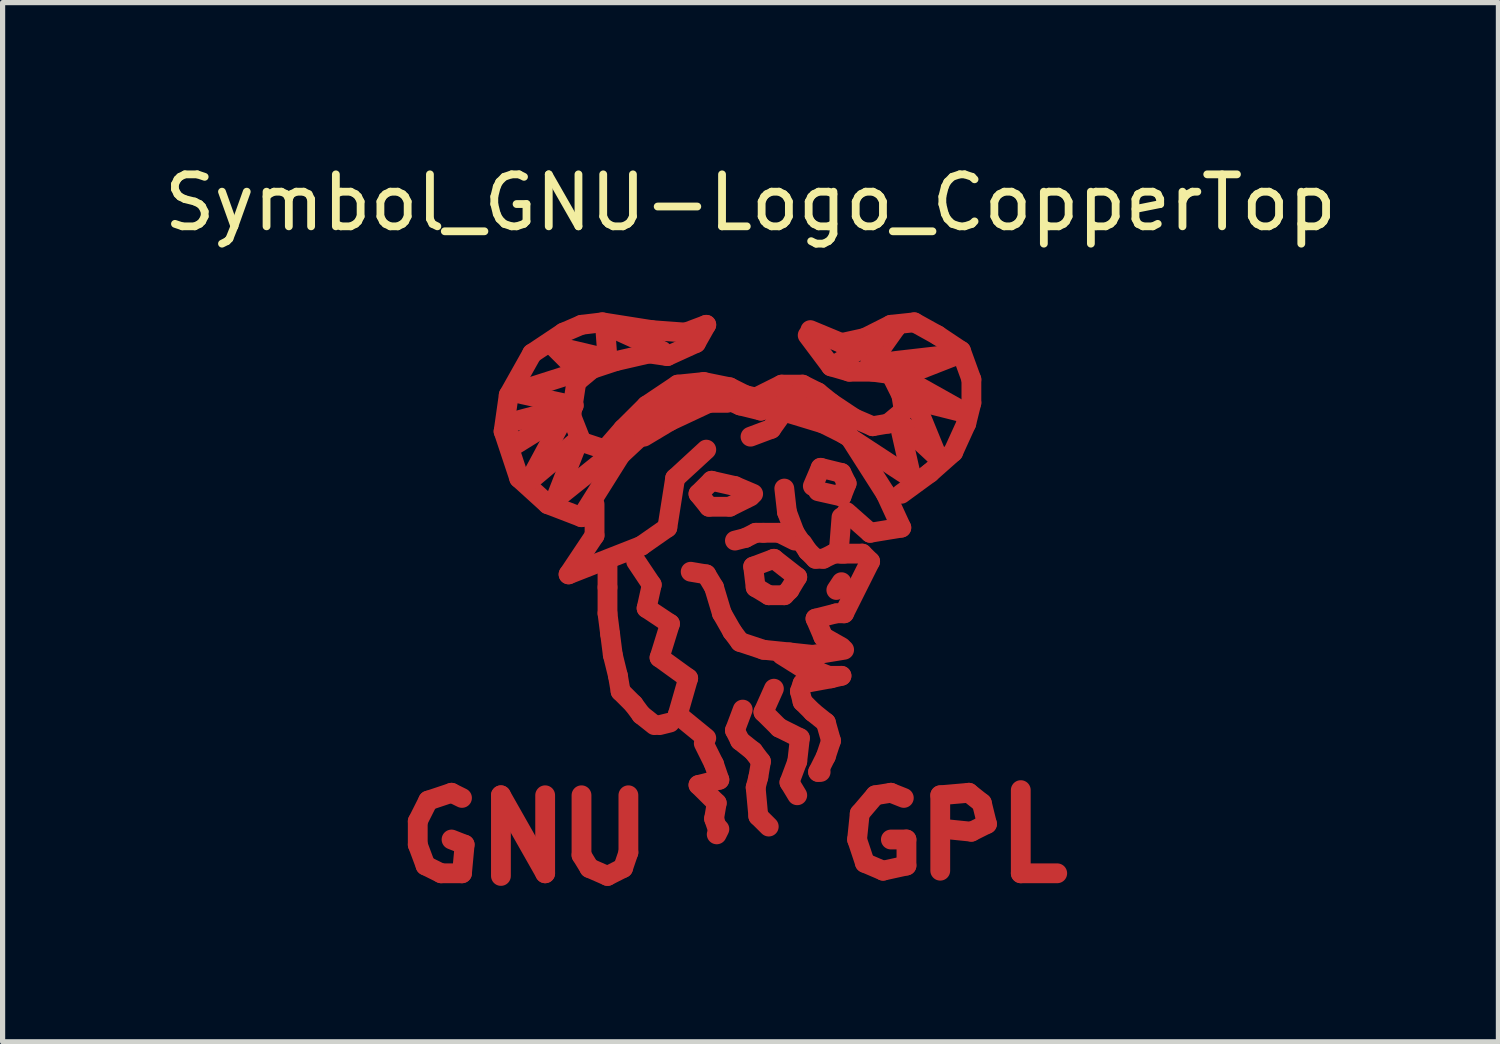
<source format=kicad_pcb>
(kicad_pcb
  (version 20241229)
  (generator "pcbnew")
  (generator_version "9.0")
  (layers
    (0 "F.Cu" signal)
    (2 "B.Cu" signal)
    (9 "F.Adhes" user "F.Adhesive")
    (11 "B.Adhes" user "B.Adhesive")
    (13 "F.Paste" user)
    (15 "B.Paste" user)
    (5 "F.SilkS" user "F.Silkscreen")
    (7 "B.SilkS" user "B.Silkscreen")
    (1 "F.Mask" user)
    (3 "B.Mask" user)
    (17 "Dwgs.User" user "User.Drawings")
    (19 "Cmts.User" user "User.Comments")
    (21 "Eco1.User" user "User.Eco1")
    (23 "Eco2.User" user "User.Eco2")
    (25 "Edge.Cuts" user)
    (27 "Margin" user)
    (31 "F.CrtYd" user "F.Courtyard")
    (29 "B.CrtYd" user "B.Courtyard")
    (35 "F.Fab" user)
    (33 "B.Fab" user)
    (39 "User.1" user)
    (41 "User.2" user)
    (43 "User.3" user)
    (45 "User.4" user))
  (footprint "Symbol_GNU-Logo_CopperTop"
    (layer "F.Cu")
    (at 11.387 6.899)
    (property "Reference" "Symbol_GNU-Logo_CopperTop" (at 0 -6.05 0) (layer "F.SilkS") (effects (font (size 1 1) (thickness 0.15))))
    (attr through_hole)
    (fp_line (start -6.401 5.85) (end -6.401 6.299) (stroke (width 0.381) (type solid)) (layer "F.Cu"))
    (fp_line (start -6.401 6.299) (end -6.251 6.701) (stroke (width 0.381) (type solid)) (layer "F.Cu"))
    (fp_line (start -6.251 6.701) (end -5.951 6.85) (stroke (width 0.381) (type solid)) (layer "F.Cu"))
    (fp_line (start -6.2 5.451) (end -6.401 5.85) (stroke (width 0.381) (type solid)) (layer "F.Cu"))
    (fp_line (start -5.951 6.85) (end -5.55 6.85) (stroke (width 0.381) (type solid)) (layer "F.Cu"))
    (fp_line (start -5.751 5.301) (end -6.2 5.451) (stroke (width 0.381) (type solid)) (layer "F.Cu"))
    (fp_line (start -5.55 5.4) (end -5.751 5.301) (stroke (width 0.381) (type solid)) (layer "F.Cu"))
    (fp_line (start -5.55 6.85) (end -5.499 6.299) (stroke (width 0.381) (type solid)) (layer "F.Cu"))
    (fp_line (start -5.499 6.299) (end -5.751 6.2) (stroke (width 0.381) (type solid)) (layer "F.Cu"))
    (fp_line (start -4.801 5.349) (end -3.95 6.85) (stroke (width 0.381) (type solid)) (layer "F.Cu"))
    (fp_line (start -4.801 6.901) (end -4.801 5.349) (stroke (width 0.381) (type solid)) (layer "F.Cu"))
    (fp_line (start -4.75 -1.651) (end -4.45 -0.749) (stroke (width 0.381) (type solid)) (layer "F.Cu"))
    (fp_line (start -4.699 -1.801) (end -3.401 -2.149) (stroke (width 0.381) (type solid)) (layer "F.Cu"))
    (fp_line (start -4.651 -2.349) (end -4.75 -1.651) (stroke (width 0.381) (type solid)) (layer "F.Cu"))
    (fp_line (start -4.6 -1.349) (end -4.699 -1.801) (stroke (width 0.381) (type solid)) (layer "F.Cu"))
    (fp_line (start -4.549 -2.4) (end -3.299 -2.799) (stroke (width 0.381) (type solid)) (layer "F.Cu"))
    (fp_line (start -4.45 -0.749) (end -3.899 -0.249) (stroke (width 0.381) (type solid)) (layer "F.Cu"))
    (fp_line (start -4.249 -0.701) (end -3.551 -1.999) (stroke (width 0.381) (type solid)) (layer "F.Cu"))
    (fp_line (start -4.201 -3.15) (end -4.651 -2.349) (stroke (width 0.381) (type solid)) (layer "F.Cu"))
    (fp_line (start -3.95 6.85) (end -3.95 5.349) (stroke (width 0.381) (type solid)) (layer "F.Cu"))
    (fp_line (start -3.899 -0.249) (end -3.251 0) (stroke (width 0.381) (type solid)) (layer "F.Cu"))
    (fp_line (start -3.8 -3.299) (end -2.751 -3.051) (stroke (width 0.381) (type solid)) (layer "F.Cu"))
    (fp_line (start -3.749 -0.351) (end -3.299 -1.501) (stroke (width 0.381) (type solid)) (layer "F.Cu"))
    (fp_line (start -3.599 -3.551) (end -4.201 -3.15) (stroke (width 0.381) (type solid)) (layer "F.Cu"))
    (fp_line (start -3.551 -1.999) (end -4.6 -1.349) (stroke (width 0.381) (type solid)) (layer "F.Cu"))
    (fp_line (start -3.5 1.1) (end -2.101 0.551) (stroke (width 0.381) (type solid)) (layer "F.Cu"))
    (fp_line (start -3.449 -1.951) (end -3.35 -2.601) (stroke (width 0.381) (type solid)) (layer "F.Cu"))
    (fp_line (start -3.401 -2.149) (end -4.549 -2.4) (stroke (width 0.381) (type solid)) (layer "F.Cu"))
    (fp_line (start -3.35 -2.601) (end -3.051 -2.85) (stroke (width 0.381) (type solid)) (layer "F.Cu"))
    (fp_line (start -3.299 -2.799) (end -3.8 -3.299) (stroke (width 0.381) (type solid)) (layer "F.Cu"))
    (fp_line (start -3.299 -1.501) (end -4.249 -0.701) (stroke (width 0.381) (type solid)) (layer "F.Cu"))
    (fp_line (start -3.251 -3.701) (end -3.599 -3.551) (stroke (width 0.381) (type solid)) (layer "F.Cu"))
    (fp_line (start -3.251 -1.45) (end -3.449 -1.951) (stroke (width 0.381) (type solid)) (layer "F.Cu"))
    (fp_line (start -3.251 0) (end -2.499 -1.199) (stroke (width 0.381) (type solid)) (layer "F.Cu"))
    (fp_line (start -3.251 5.349) (end -3.251 6.5) (stroke (width 0.381) (type solid)) (layer "F.Cu"))
    (fp_line (start -3.251 6.5) (end -3.099 6.749) (stroke (width 0.381) (type solid)) (layer "F.Cu"))
    (fp_line (start -3.099 6.749) (end -2.751 6.901) (stroke (width 0.381) (type solid)) (layer "F.Cu"))
    (fp_line (start -3.051 -2.85) (end -2.601 -3) (stroke (width 0.381) (type solid)) (layer "F.Cu"))
    (fp_line (start -3 -0.249) (end -3 0.351) (stroke (width 0.381) (type solid)) (layer "F.Cu"))
    (fp_line (start -3 0.351) (end -3.5 1.1) (stroke (width 0.381) (type solid)) (layer "F.Cu"))
    (fp_line (start -2.85 -3.749) (end -3.251 -3.701) (stroke (width 0.381) (type solid)) (layer "F.Cu"))
    (fp_line (start -2.799 -3.701) (end -1.699 -3.2) (stroke (width 0.381) (type solid)) (layer "F.Cu"))
    (fp_line (start -2.799 -1.3) (end -3.251 -1.45) (stroke (width 0.381) (type solid)) (layer "F.Cu"))
    (fp_line (start -2.751 -3.051) (end -2.799 -3.701) (stroke (width 0.381) (type solid)) (layer "F.Cu"))
    (fp_line (start -2.751 -1.151) (end -3.749 -0.351) (stroke (width 0.381) (type solid)) (layer "F.Cu"))
    (fp_line (start -2.751 1.349) (end -2.751 0.851) (stroke (width 0.381) (type solid)) (layer "F.Cu"))
    (fp_line (start -2.751 1.849) (end -2.751 1.349) (stroke (width 0.381) (type solid)) (layer "F.Cu"))
    (fp_line (start -2.751 6.901) (end -2.451 6.749) (stroke (width 0.381) (type solid)) (layer "F.Cu"))
    (fp_line (start -2.7 2.25) (end -2.751 1.849) (stroke (width 0.381) (type solid)) (layer "F.Cu"))
    (fp_line (start -2.649 2.649) (end -2.7 2.25) (stroke (width 0.381) (type solid)) (layer "F.Cu"))
    (fp_line (start -2.601 -3) (end -1.951 -3.15) (stroke (width 0.381) (type solid)) (layer "F.Cu"))
    (fp_line (start -2.55 3.051) (end -2.649 2.649) (stroke (width 0.381) (type solid)) (layer "F.Cu"))
    (fp_line (start -2.499 -1.199) (end -1.801 -1.849) (stroke (width 0.381) (type solid)) (layer "F.Cu"))
    (fp_line (start -2.499 3.35) (end -2.55 3.051) (stroke (width 0.381) (type solid)) (layer "F.Cu"))
    (fp_line (start -2.451 -1.699) (end -2.799 -1.3) (stroke (width 0.381) (type solid)) (layer "F.Cu"))
    (fp_line (start -2.451 6.749) (end -2.349 6.449) (stroke (width 0.381) (type solid)) (layer "F.Cu"))
    (fp_line (start -2.349 6.449) (end -2.349 5.349) (stroke (width 0.381) (type solid)) (layer "F.Cu"))
    (fp_line (start -2.25 3.599) (end -2.499 3.35) (stroke (width 0.381) (type solid)) (layer "F.Cu"))
    (fp_line (start -2.2 0.851) (end -1.9 1.3) (stroke (width 0.381) (type solid)) (layer "F.Cu"))
    (fp_line (start -2.101 0.551) (end -1.6 0.201) (stroke (width 0.381) (type solid)) (layer "F.Cu"))
    (fp_line (start -2.101 3.8) (end -2.25 3.599) (stroke (width 0.381) (type solid)) (layer "F.Cu"))
    (fp_line (start -2.05 -1.549) (end -1.549 -1.849) (stroke (width 0.381) (type solid)) (layer "F.Cu"))
    (fp_line (start -1.999 -2.149) (end -2.451 -1.699) (stroke (width 0.381) (type solid)) (layer "F.Cu"))
    (fp_line (start -1.999 1.75) (end -1.549 2.05) (stroke (width 0.381) (type solid)) (layer "F.Cu"))
    (fp_line (start -1.951 -3.15) (end -1.6 -3.099) (stroke (width 0.381) (type solid)) (layer "F.Cu"))
    (fp_line (start -1.9 -3.599) (end -2.85 -3.749) (stroke (width 0.381) (type solid)) (layer "F.Cu"))
    (fp_line (start -1.9 1.3) (end -1.999 1.75) (stroke (width 0.381) (type solid)) (layer "F.Cu"))
    (fp_line (start -1.849 4) (end -2.101 3.8) (stroke (width 0.381) (type solid)) (layer "F.Cu"))
    (fp_line (start -1.801 -1.849) (end -1.199 -2.301) (stroke (width 0.381) (type solid)) (layer "F.Cu"))
    (fp_line (start -1.75 2.7) (end -1.199 3.099) (stroke (width 0.381) (type solid)) (layer "F.Cu"))
    (fp_line (start -1.75 4) (end -1.549 3.95) (stroke (width 0.381) (type solid)) (layer "F.Cu"))
    (fp_line (start -1.6 -3.099) (end -1.049 -3.35) (stroke (width 0.381) (type solid)) (layer "F.Cu"))
    (fp_line (start -1.6 0.201) (end -1.45 -0.749) (stroke (width 0.381) (type solid)) (layer "F.Cu"))
    (fp_line (start -1.549 -1.849) (end -0.8 -2.2) (stroke (width 0.381) (type solid)) (layer "F.Cu"))
    (fp_line (start -1.549 2.05) (end -1.75 2.7) (stroke (width 0.381) (type solid)) (layer "F.Cu"))
    (fp_line (start -1.45 -0.749) (end -0.851 -1.3) (stroke (width 0.381) (type solid)) (layer "F.Cu"))
    (fp_line (start -1.4 -2.55) (end -1.999 -2.149) (stroke (width 0.381) (type solid)) (layer "F.Cu"))
    (fp_line (start -1.4 3.8) (end -0.851 4.249) (stroke (width 0.381) (type solid)) (layer "F.Cu"))
    (fp_line (start -1.25 -3.551) (end -1.9 -3.599) (stroke (width 0.381) (type solid)) (layer "F.Cu"))
    (fp_line (start -1.199 -2.301) (end -0.65 -2.349) (stroke (width 0.381) (type solid)) (layer "F.Cu"))
    (fp_line (start -1.199 3.099) (end -1.4 3.8) (stroke (width 0.381) (type solid)) (layer "F.Cu"))
    (fp_line (start -1.049 -3.35) (end -0.851 -3.701) (stroke (width 0.381) (type solid)) (layer "F.Cu"))
    (fp_line (start -1.001 -0.45) (end -0.8 -0.201) (stroke (width 0.381) (type solid)) (layer "F.Cu"))
    (fp_line (start -1.001 5.151) (end -0.65 5.499) (stroke (width 0.381) (type solid)) (layer "F.Cu"))
    (fp_line (start -0.899 -2.601) (end -1.4 -2.55) (stroke (width 0.381) (type solid)) (layer "F.Cu"))
    (fp_line (start -0.899 4.351) (end -0.701 4.75) (stroke (width 0.381) (type solid)) (layer "F.Cu"))
    (fp_line (start -0.851 -3.701) (end -1.25 -3.551) (stroke (width 0.381) (type solid)) (layer "F.Cu"))
    (fp_line (start -0.851 1.1) (end -1.151 1.049) (stroke (width 0.381) (type solid)) (layer "F.Cu"))
    (fp_line (start -0.8 -2.2) (end -0.45 -2.2) (stroke (width 0.381) (type solid)) (layer "F.Cu"))
    (fp_line (start -0.8 -0.201) (end -0.399 -0.201) (stroke (width 0.381) (type solid)) (layer "F.Cu"))
    (fp_line (start -0.749 -0.701) (end -1.001 -0.45) (stroke (width 0.381) (type solid)) (layer "F.Cu"))
    (fp_line (start -0.701 1.349) (end -0.851 1.1) (stroke (width 0.381) (type solid)) (layer "F.Cu"))
    (fp_line (start -0.701 4.75) (end -0.599 5.05) (stroke (width 0.381) (type solid)) (layer "F.Cu"))
    (fp_line (start -0.701 5.799) (end -0.65 5.951) (stroke (width 0.381) (type solid)) (layer "F.Cu"))
    (fp_line (start -0.65 -2.349) (end -0.201 -2.149) (stroke (width 0.381) (type solid)) (layer "F.Cu"))
    (fp_line (start -0.65 5.499) (end -0.701 5.799) (stroke (width 0.381) (type solid)) (layer "F.Cu"))
    (fp_line (start -0.599 5.05) (end -1.001 5.151) (stroke (width 0.381) (type solid)) (layer "F.Cu"))
    (fp_line (start -0.599 5.999) (end -0.65 6.101) (stroke (width 0.381) (type solid)) (layer "F.Cu"))
    (fp_line (start -0.551 1.849) (end -0.701 1.349) (stroke (width 0.381) (type solid)) (layer "F.Cu"))
    (fp_line (start -0.399 -2.499) (end -0.899 -2.601) (stroke (width 0.381) (type solid)) (layer "F.Cu"))
    (fp_line (start -0.399 -0.201) (end 0 -0.399) (stroke (width 0.381) (type solid)) (layer "F.Cu"))
    (fp_line (start -0.351 2.2) (end -0.551 1.849) (stroke (width 0.381) (type solid)) (layer "F.Cu"))
    (fp_line (start -0.3 -0.599) (end -0.749 -0.701) (stroke (width 0.381) (type solid)) (layer "F.Cu"))
    (fp_line (start -0.3 4.1) (end -0.201 4.3) (stroke (width 0.381) (type solid)) (layer "F.Cu"))
    (fp_line (start -0.201 -2.149) (end 0.201 -2.05) (stroke (width 0.381) (type solid)) (layer "F.Cu"))
    (fp_line (start -0.201 2.4) (end -0.351 2.2) (stroke (width 0.381) (type solid)) (layer "F.Cu"))
    (fp_line (start -0.201 4.3) (end 0.051 4.501) (stroke (width 0.381) (type solid)) (layer "F.Cu"))
    (fp_line (start -0.15 3.701) (end -0.3 4.1) (stroke (width 0.381) (type solid)) (layer "F.Cu"))
    (fp_line (start -0.099 -2.349) (end -0.399 -2.499) (stroke (width 0.381) (type solid)) (layer "F.Cu"))
    (fp_line (start -0.099 0.399) (end -0.3 0.45) (stroke (width 0.381) (type solid)) (layer "F.Cu"))
    (fp_line (start 0 -1.549) (end 0.399 -1.699) (stroke (width 0.381) (type solid)) (layer "F.Cu"))
    (fp_line (start 0.051 -0.45) (end -0.3 -0.599) (stroke (width 0.381) (type solid)) (layer "F.Cu"))
    (fp_line (start 0.051 0.95) (end 0.099 1.349) (stroke (width 0.381) (type solid)) (layer "F.Cu"))
    (fp_line (start 0.051 4.501) (end 0.201 4.699) (stroke (width 0.381) (type solid)) (layer "F.Cu"))
    (fp_line (start 0.099 -2.301) (end -0.099 -2.349) (stroke (width 0.381) (type solid)) (layer "F.Cu"))
    (fp_line (start 0.099 0.3) (end -0.099 0.399) (stroke (width 0.381) (type solid)) (layer "F.Cu"))
    (fp_line (start 0.099 1.349) (end 0.351 1.501) (stroke (width 0.381) (type solid)) (layer "F.Cu"))
    (fp_line (start 0.099 5.199) (end 0.15 5.751) (stroke (width 0.381) (type solid)) (layer "F.Cu"))
    (fp_line (start 0.15 5.001) (end 0.099 5.199) (stroke (width 0.381) (type solid)) (layer "F.Cu"))
    (fp_line (start 0.15 5.751) (end 0.351 5.951) (stroke (width 0.381) (type solid)) (layer "F.Cu"))
    (fp_line (start 0.201 -2.05) (end 0.65 -2.2) (stroke (width 0.381) (type solid)) (layer "F.Cu"))
    (fp_line (start 0.201 4.699) (end 0.15 5.001) (stroke (width 0.381) (type solid)) (layer "F.Cu"))
    (fp_line (start 0.249 0.3) (end 0.099 0.3) (stroke (width 0.381) (type solid)) (layer "F.Cu"))
    (fp_line (start 0.249 2.55) (end -0.201 2.4) (stroke (width 0.381) (type solid)) (layer "F.Cu"))
    (fp_line (start 0.249 3.749) (end 0.551 4.049) (stroke (width 0.381) (type solid)) (layer "F.Cu"))
    (fp_line (start 0.351 1.501) (end 0.65 1.501) (stroke (width 0.381) (type solid)) (layer "F.Cu"))
    (fp_line (start 0.399 -1.699) (end 0.65 -2.05) (stroke (width 0.381) (type solid)) (layer "F.Cu"))
    (fp_line (start 0.45 0.8) (end 0.051 0.95) (stroke (width 0.381) (type solid)) (layer "F.Cu"))
    (fp_line (start 0.45 3.299) (end 0.249 3.749) (stroke (width 0.381) (type solid)) (layer "F.Cu"))
    (fp_line (start 0.551 0.3) (end 0.249 0.3) (stroke (width 0.381) (type solid)) (layer "F.Cu"))
    (fp_line (start 0.551 4.049) (end 0.95 4.249) (stroke (width 0.381) (type solid)) (layer "F.Cu"))
    (fp_line (start 0.599 -2.55) (end 0.099 -2.301) (stroke (width 0.381) (type solid)) (layer "F.Cu"))
    (fp_line (start 0.599 2.649) (end 1.001 2.901) (stroke (width 0.381) (type solid)) (layer "F.Cu"))
    (fp_line (start 0.65 -2.2) (end 1.1 -2.101) (stroke (width 0.381) (type solid)) (layer "F.Cu"))
    (fp_line (start 0.65 -0.551) (end 0.701 -0.099) (stroke (width 0.381) (type solid)) (layer "F.Cu"))
    (fp_line (start 0.65 1.501) (end 0.749 1.4) (stroke (width 0.381) (type solid)) (layer "F.Cu"))
    (fp_line (start 0.701 -0.099) (end 0.851 0.3) (stroke (width 0.381) (type solid)) (layer "F.Cu"))
    (fp_line (start 0.749 -1.999) (end 1.4 -1.801) (stroke (width 0.381) (type solid)) (layer "F.Cu"))
    (fp_line (start 0.749 1.4) (end 0.899 1.151) (stroke (width 0.381) (type solid)) (layer "F.Cu"))
    (fp_line (start 0.749 2.601) (end 0.249 2.55) (stroke (width 0.381) (type solid)) (layer "F.Cu"))
    (fp_line (start 0.749 5.1) (end 0.899 5.349) (stroke (width 0.381) (type solid)) (layer "F.Cu"))
    (fp_line (start 0.851 -2.301) (end 1.1 -2.25) (stroke (width 0.381) (type solid)) (layer "F.Cu"))
    (fp_line (start 0.851 0.3) (end 0.95 0.45) (stroke (width 0.381) (type solid)) (layer "F.Cu"))
    (fp_line (start 0.851 0.45) (end 0.551 0.3) (stroke (width 0.381) (type solid)) (layer "F.Cu"))
    (fp_line (start 0.899 1.151) (end 0.45 0.8) (stroke (width 0.381) (type solid)) (layer "F.Cu"))
    (fp_line (start 0.899 4.699) (end 0.749 5.1) (stroke (width 0.381) (type solid)) (layer "F.Cu"))
    (fp_line (start 0.95 3.35) (end 1.001 3.551) (stroke (width 0.381) (type solid)) (layer "F.Cu"))
    (fp_line (start 0.95 4.249) (end 0.899 4.699) (stroke (width 0.381) (type solid)) (layer "F.Cu"))
    (fp_line (start 1.001 -2.55) (end 0.599 -2.55) (stroke (width 0.381) (type solid)) (layer "F.Cu"))
    (fp_line (start 1.001 0.5) (end 1.1 0.65) (stroke (width 0.381) (type solid)) (layer "F.Cu"))
    (fp_line (start 1.001 2.901) (end 1.25 2.901) (stroke (width 0.381) (type solid)) (layer "F.Cu"))
    (fp_line (start 1.001 3.2) (end 0.95 3.35) (stroke (width 0.381) (type solid)) (layer "F.Cu"))
    (fp_line (start 1.001 3.551) (end 1.199 3.749) (stroke (width 0.381) (type solid)) (layer "F.Cu"))
    (fp_line (start 1.1 -3.5) (end 1.549 -2.901) (stroke (width 0.381) (type solid)) (layer "F.Cu"))
    (fp_line (start 1.1 -2.101) (end 1.699 -1.801) (stroke (width 0.381) (type solid)) (layer "F.Cu"))
    (fp_line (start 1.1 0.65) (end 1.25 0.8) (stroke (width 0.381) (type solid)) (layer "F.Cu"))
    (fp_line (start 1.151 -3.599) (end 1.75 -3.35) (stroke (width 0.381) (type solid)) (layer "F.Cu"))
    (fp_line (start 1.199 -0.599) (end 1.349 -0.95) (stroke (width 0.381) (type solid)) (layer "F.Cu"))
    (fp_line (start 1.199 2.649) (end 0.749 2.601) (stroke (width 0.381) (type solid)) (layer "F.Cu"))
    (fp_line (start 1.199 3.749) (end 1.45 3.95) (stroke (width 0.381) (type solid)) (layer "F.Cu"))
    (fp_line (start 1.25 0.8) (end 1.4 0.8) (stroke (width 0.381) (type solid)) (layer "F.Cu"))
    (fp_line (start 1.25 1.951) (end 1.4 2.301) (stroke (width 0.381) (type solid)) (layer "F.Cu"))
    (fp_line (start 1.25 2.949) (end 1.501 3.051) (stroke (width 0.381) (type solid)) (layer "F.Cu"))
    (fp_line (start 1.3 -2.4) (end 1.001 -2.55) (stroke (width 0.381) (type solid)) (layer "F.Cu"))
    (fp_line (start 1.3 4.9) (end 1.349 4.9) (stroke (width 0.381) (type solid)) (layer "F.Cu"))
    (fp_line (start 1.349 -0.95) (end 1.75 -0.851) (stroke (width 0.381) (type solid)) (layer "F.Cu"))
    (fp_line (start 1.4 -1.801) (end 1.801 -1.6) (stroke (width 0.381) (type solid)) (layer "F.Cu"))
    (fp_line (start 1.4 0.8) (end 1.6 0.701) (stroke (width 0.381) (type solid)) (layer "F.Cu"))
    (fp_line (start 1.4 2.301) (end 1.75 2.499) (stroke (width 0.381) (type solid)) (layer "F.Cu"))
    (fp_line (start 1.45 3.95) (end 1.549 4.3) (stroke (width 0.381) (type solid)) (layer "F.Cu"))
    (fp_line (start 1.45 4.6) (end 1.3 4.9) (stroke (width 0.381) (type solid)) (layer "F.Cu"))
    (fp_line (start 1.501 3.051) (end 1.75 3.051) (stroke (width 0.381) (type solid)) (layer "F.Cu"))
    (fp_line (start 1.549 -2.901) (end 1.9 -2.799) (stroke (width 0.381) (type solid)) (layer "F.Cu"))
    (fp_line (start 1.549 -2.2) (end 1.3 -2.4) (stroke (width 0.381) (type solid)) (layer "F.Cu"))
    (fp_line (start 1.549 3.099) (end 1.001 3.2) (stroke (width 0.381) (type solid)) (layer "F.Cu"))
    (fp_line (start 1.549 4.3) (end 1.45 4.6) (stroke (width 0.381) (type solid)) (layer "F.Cu"))
    (fp_line (start 1.6 0.701) (end 1.801 0.701) (stroke (width 0.381) (type solid)) (layer "F.Cu"))
    (fp_line (start 1.651 1.849) (end 1.25 1.951) (stroke (width 0.381) (type solid)) (layer "F.Cu"))
    (fp_line (start 1.699 -1.801) (end 1.9 -1.549) (stroke (width 0.381) (type solid)) (layer "F.Cu"))
    (fp_line (start 1.75 -3.35) (end 2.2 -3.449) (stroke (width 0.381) (type solid)) (layer "F.Cu"))
    (fp_line (start 1.75 -0.851) (end 1.849 -0.65) (stroke (width 0.381) (type solid)) (layer "F.Cu"))
    (fp_line (start 1.75 -0.399) (end 1.3 -0.5) (stroke (width 0.381) (type solid)) (layer "F.Cu"))
    (fp_line (start 1.75 0) (end 1.699 0.65) (stroke (width 0.381) (type solid)) (layer "F.Cu"))
    (fp_line (start 1.75 0.701) (end 2.149 0.701) (stroke (width 0.381) (type solid)) (layer "F.Cu"))
    (fp_line (start 1.75 1.25) (end 1.651 1.4) (stroke (width 0.381) (type solid)) (layer "F.Cu"))
    (fp_line (start 1.75 3.051) (end 1.549 3.099) (stroke (width 0.381) (type solid)) (layer "F.Cu"))
    (fp_line (start 1.801 -1.6) (end 3.099 -0.749) (stroke (width 0.381) (type solid)) (layer "F.Cu"))
    (fp_line (start 1.801 1.849) (end 1.651 1.849) (stroke (width 0.381) (type solid)) (layer "F.Cu"))
    (fp_line (start 1.801 2.55) (end 1.199 2.649) (stroke (width 0.381) (type solid)) (layer "F.Cu"))
    (fp_line (start 1.849 -0.65) (end 1.75 -0.399) (stroke (width 0.381) (type solid)) (layer "F.Cu"))
    (fp_line (start 1.9 -2.799) (end 2.349 -2.799) (stroke (width 0.381) (type solid)) (layer "F.Cu"))
    (fp_line (start 1.9 -1.549) (end 2.601 -0.45) (stroke (width 0.381) (type solid)) (layer "F.Cu"))
    (fp_line (start 1.999 -1.9) (end 1.549 -2.2) (stroke (width 0.381) (type solid)) (layer "F.Cu"))
    (fp_line (start 2.05 6.2) (end 2.2 6.65) (stroke (width 0.381) (type solid)) (layer "F.Cu"))
    (fp_line (start 2.101 5.7) (end 2.05 6.2) (stroke (width 0.381) (type solid)) (layer "F.Cu"))
    (fp_line (start 2.149 0.701) (end 2.301 0.851) (stroke (width 0.381) (type solid)) (layer "F.Cu"))
    (fp_line (start 2.2 -3.449) (end 2.7 -3.701) (stroke (width 0.381) (type solid)) (layer "F.Cu"))
    (fp_line (start 2.2 6.65) (end 2.55 6.8) (stroke (width 0.381) (type solid)) (layer "F.Cu"))
    (fp_line (start 2.301 -2.949) (end 2.799 -3.65) (stroke (width 0.381) (type solid)) (layer "F.Cu"))
    (fp_line (start 2.301 0.3) (end 1.849 -0.099) (stroke (width 0.381) (type solid)) (layer "F.Cu"))
    (fp_line (start 2.301 0.851) (end 1.801 1.849) (stroke (width 0.381) (type solid)) (layer "F.Cu"))
    (fp_line (start 2.349 -2.799) (end 2.7 -2.751) (stroke (width 0.381) (type solid)) (layer "F.Cu"))
    (fp_line (start 2.349 -1.75) (end 1.999 -1.9) (stroke (width 0.381) (type solid)) (layer "F.Cu"))
    (fp_line (start 2.4 5.349) (end 2.101 5.7) (stroke (width 0.381) (type solid)) (layer "F.Cu"))
    (fp_line (start 2.55 6.8) (end 3 6.701) (stroke (width 0.381) (type solid)) (layer "F.Cu"))
    (fp_line (start 2.601 -0.45) (end 2.901 0.201) (stroke (width 0.381) (type solid)) (layer "F.Cu"))
    (fp_line (start 2.649 -1.801) (end 2.349 -1.75) (stroke (width 0.381) (type solid)) (layer "F.Cu"))
    (fp_line (start 2.7 -3.701) (end 3.15 -3.749) (stroke (width 0.381) (type solid)) (layer "F.Cu"))
    (fp_line (start 2.7 -2.751) (end 2.901 -2.349) (stroke (width 0.381) (type solid)) (layer "F.Cu"))
    (fp_line (start 2.7 5.301) (end 2.4 5.349) (stroke (width 0.381) (type solid)) (layer "F.Cu"))
    (fp_line (start 2.799 -3.65) (end 1.651 -2.949) (stroke (width 0.381) (type solid)) (layer "F.Cu"))
    (fp_line (start 2.85 -1.849) (end 3.599 -1.151) (stroke (width 0.381) (type solid)) (layer "F.Cu"))
    (fp_line (start 2.901 -2.7) (end 4.049 -3.15) (stroke (width 0.381) (type solid)) (layer "F.Cu"))
    (fp_line (start 2.901 -2.349) (end 2.949 -2.05) (stroke (width 0.381) (type solid)) (layer "F.Cu"))
    (fp_line (start 2.901 0.201) (end 2.301 0.3) (stroke (width 0.381) (type solid)) (layer "F.Cu"))
    (fp_line (start 2.949 -2.05) (end 2.649 -1.801) (stroke (width 0.381) (type solid)) (layer "F.Cu"))
    (fp_line (start 2.949 5.4) (end 2.7 5.301) (stroke (width 0.381) (type solid)) (layer "F.Cu"))
    (fp_line (start 3 6.2) (end 2.7 6.2) (stroke (width 0.381) (type solid)) (layer "F.Cu"))
    (fp_line (start 3 6.701) (end 3 6.2) (stroke (width 0.381) (type solid)) (layer "F.Cu"))
    (fp_line (start 3.099 -0.749) (end 2.85 -1.849) (stroke (width 0.381) (type solid)) (layer "F.Cu"))
    (fp_line (start 3.15 -3.749) (end 3.599 -3.5) (stroke (width 0.381) (type solid)) (layer "F.Cu"))
    (fp_line (start 3.15 -2.25) (end 4.15 -1.999) (stroke (width 0.381) (type solid)) (layer "F.Cu"))
    (fp_line (start 3.449 -0.851) (end 2.901 -0.45) (stroke (width 0.381) (type solid)) (layer "F.Cu"))
    (fp_line (start 3.599 -3.5) (end 4.049 -3.2) (stroke (width 0.381) (type solid)) (layer "F.Cu"))
    (fp_line (start 3.599 -1.151) (end 3.15 -2.25) (stroke (width 0.381) (type solid)) (layer "F.Cu"))
    (fp_line (start 3.65 5.349) (end 4.201 5.301) (stroke (width 0.381) (type solid)) (layer "F.Cu"))
    (fp_line (start 3.65 6.8) (end 3.65 5.349) (stroke (width 0.381) (type solid)) (layer "F.Cu"))
    (fp_line (start 3.899 -1.25) (end 3.449 -0.851) (stroke (width 0.381) (type solid)) (layer "F.Cu"))
    (fp_line (start 4.049 -3.2) (end 4.249 -2.649) (stroke (width 0.381) (type solid)) (layer "F.Cu"))
    (fp_line (start 4.049 -3.15) (end 2.301 -2.949) (stroke (width 0.381) (type solid)) (layer "F.Cu"))
    (fp_line (start 4.15 -1.999) (end 2.901 -2.7) (stroke (width 0.381) (type solid)) (layer "F.Cu"))
    (fp_line (start 4.15 -1.801) (end 3.899 -1.25) (stroke (width 0.381) (type solid)) (layer "F.Cu"))
    (fp_line (start 4.201 5.301) (end 4.45 5.499) (stroke (width 0.381) (type solid)) (layer "F.Cu"))
    (fp_line (start 4.249 -2.649) (end 4.249 -2.2) (stroke (width 0.381) (type solid)) (layer "F.Cu"))
    (fp_line (start 4.249 -2.2) (end 4.15 -1.801) (stroke (width 0.381) (type solid)) (layer "F.Cu"))
    (fp_line (start 4.249 6.05) (end 3.749 5.999) (stroke (width 0.381) (type solid)) (layer "F.Cu"))
    (fp_line (start 4.45 5.499) (end 4.549 5.9) (stroke (width 0.381) (type solid)) (layer "F.Cu"))
    (fp_line (start 4.549 5.9) (end 4.249 6.05) (stroke (width 0.381) (type solid)) (layer "F.Cu"))
    (fp_line (start 5.199 5.25) (end 5.199 6.85) (stroke (width 0.381) (type solid)) (layer "F.Cu"))
    (fp_line (start 5.199 6.85) (end 5.9 6.85) (stroke (width 0.381) (type solid)) (layer "F.Cu")))
  (gr_rect
    (start -3 -3)
    (end 25.774 16.99)
    (stroke (width 0.1) (type default))
    (fill no)
    (layer "Edge.Cuts")))
</source>
